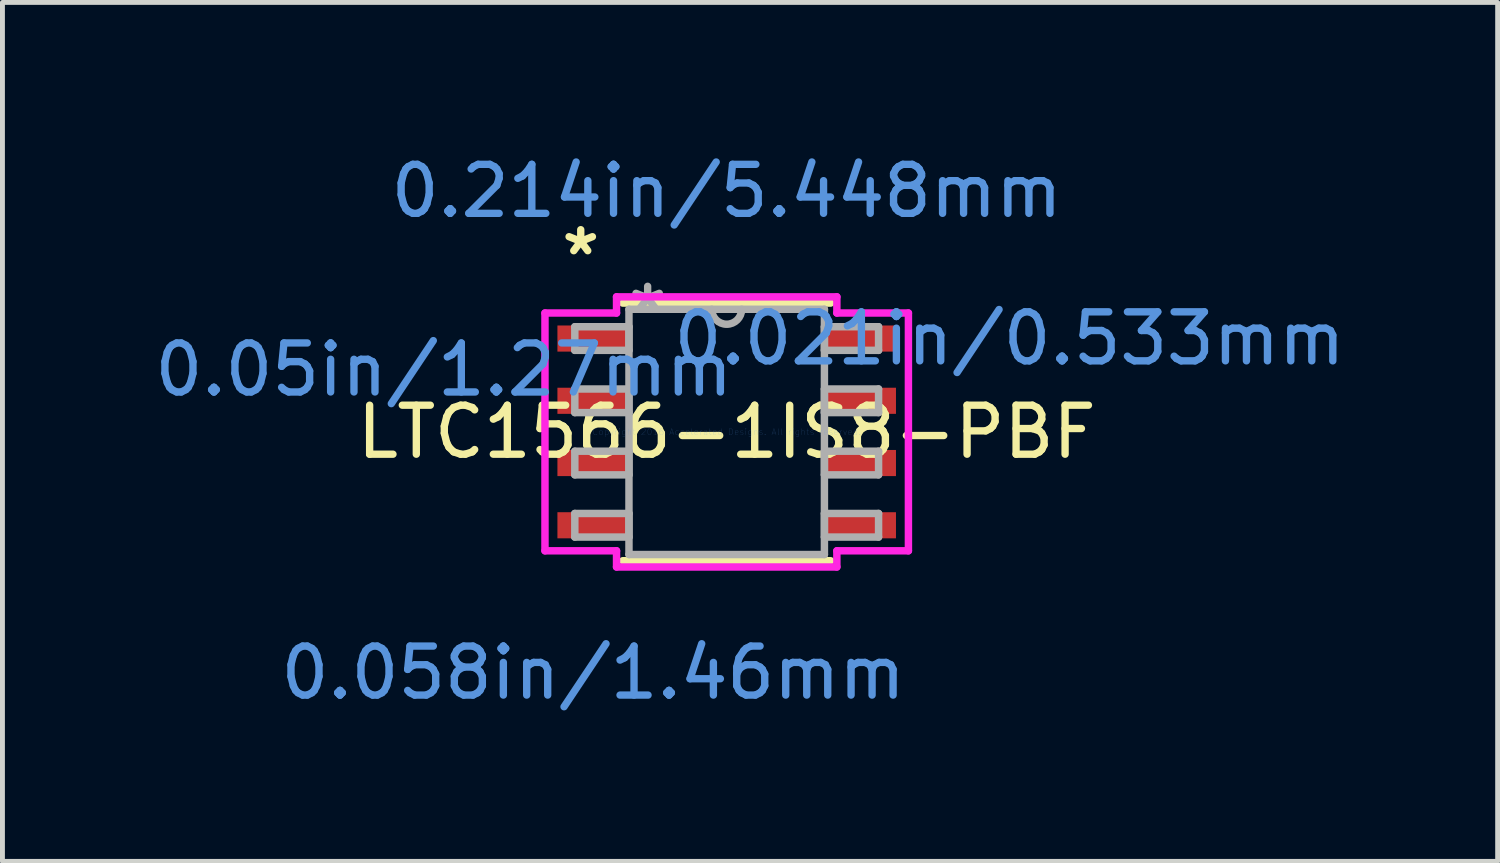
<source format=kicad_pcb>
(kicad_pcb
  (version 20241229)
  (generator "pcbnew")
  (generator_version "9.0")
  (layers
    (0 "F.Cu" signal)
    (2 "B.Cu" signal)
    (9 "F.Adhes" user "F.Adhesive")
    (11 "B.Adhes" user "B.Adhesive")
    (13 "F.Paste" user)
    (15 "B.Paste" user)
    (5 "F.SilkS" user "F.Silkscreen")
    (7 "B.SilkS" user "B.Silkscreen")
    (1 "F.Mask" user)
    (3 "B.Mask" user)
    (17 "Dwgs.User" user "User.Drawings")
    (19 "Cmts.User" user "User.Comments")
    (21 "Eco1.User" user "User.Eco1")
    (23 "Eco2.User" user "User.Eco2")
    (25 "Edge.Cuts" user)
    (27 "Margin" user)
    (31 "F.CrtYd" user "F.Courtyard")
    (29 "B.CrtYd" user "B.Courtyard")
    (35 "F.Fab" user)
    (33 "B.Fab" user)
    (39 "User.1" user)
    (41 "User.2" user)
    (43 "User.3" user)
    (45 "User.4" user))
  (footprint "LTC1566-1IS8-PBF"
    (layer "F.Cu")
    (at 11.778 5.763)
    (property "Reference" "LTC1566-1IS8-PBF" (at 0 0 0) (layer "F.SilkS") (effects (font (size 1 1) (thickness 0.15))))
    (attr through_hole)
    (fp_line (start -2.121 2.629) (end 2.121 2.629) (stroke (width 0.152) (type solid)) (layer "F.SilkS"))
    (fp_line (start 2.121 -2.629) (end -2.121 -2.629) (stroke (width 0.152) (type solid)) (layer "F.SilkS"))
    (fp_line (start -3.708 -2.426) (end -2.248 -2.426) (stroke (width 0.152) (type solid)) (layer "F.CrtYd"))
    (fp_line (start -3.708 2.426) (end -3.708 -2.426) (stroke (width 0.152) (type solid)) (layer "F.CrtYd"))
    (fp_line (start -3.708 2.426) (end -2.248 2.426) (stroke (width 0.152) (type solid)) (layer "F.CrtYd"))
    (fp_line (start -2.248 -2.756) (end 2.248 -2.756) (stroke (width 0.152) (type solid)) (layer "F.CrtYd"))
    (fp_line (start -2.248 -2.426) (end -2.248 -2.756) (stroke (width 0.152) (type solid)) (layer "F.CrtYd"))
    (fp_line (start -2.248 2.756) (end -2.248 2.426) (stroke (width 0.152) (type solid)) (layer "F.CrtYd"))
    (fp_line (start 2.248 -2.756) (end 2.248 -2.426) (stroke (width 0.152) (type solid)) (layer "F.CrtYd"))
    (fp_line (start 2.248 2.426) (end 2.248 2.756) (stroke (width 0.152) (type solid)) (layer "F.CrtYd"))
    (fp_line (start 2.248 2.756) (end -2.248 2.756) (stroke (width 0.152) (type solid)) (layer "F.CrtYd"))
    (fp_line (start 3.708 -2.426) (end 2.248 -2.426) (stroke (width 0.152) (type solid)) (layer "F.CrtYd"))
    (fp_line (start 3.708 -2.426) (end 3.708 2.426) (stroke (width 0.152) (type solid)) (layer "F.CrtYd"))
    (fp_line (start 3.708 2.426) (end 2.248 2.426) (stroke (width 0.152) (type solid)) (layer "F.CrtYd"))
    (fp_line (start -3.099 -2.146) (end -3.099 -1.664) (stroke (width 0.152) (type solid)) (layer "F.Fab"))
    (fp_line (start -3.099 -1.664) (end -1.994 -1.664) (stroke (width 0.152) (type solid)) (layer "F.Fab"))
    (fp_line (start -3.099 -0.876) (end -3.099 -0.394) (stroke (width 0.152) (type solid)) (layer "F.Fab"))
    (fp_line (start -3.099 -0.394) (end -1.994 -0.394) (stroke (width 0.152) (type solid)) (layer "F.Fab"))
    (fp_line (start -3.099 0.394) (end -3.099 0.876) (stroke (width 0.152) (type solid)) (layer "F.Fab"))
    (fp_line (start -3.099 0.876) (end -1.994 0.876) (stroke (width 0.152) (type solid)) (layer "F.Fab"))
    (fp_line (start -3.099 1.664) (end -3.099 2.146) (stroke (width 0.152) (type solid)) (layer "F.Fab"))
    (fp_line (start -3.099 2.146) (end -1.994 2.146) (stroke (width 0.152) (type solid)) (layer "F.Fab"))
    (fp_line (start -1.994 -2.502) (end -1.994 2.502) (stroke (width 0.152) (type solid)) (layer "F.Fab"))
    (fp_line (start -1.994 -2.146) (end -3.099 -2.146) (stroke (width 0.152) (type solid)) (layer "F.Fab"))
    (fp_line (start -1.994 -1.664) (end -1.994 -2.146) (stroke (width 0.152) (type solid)) (layer "F.Fab"))
    (fp_line (start -1.994 -0.876) (end -3.099 -0.876) (stroke (width 0.152) (type solid)) (layer "F.Fab"))
    (fp_line (start -1.994 -0.394) (end -1.994 -0.876) (stroke (width 0.152) (type solid)) (layer "F.Fab"))
    (fp_line (start -1.994 0.394) (end -3.099 0.394) (stroke (width 0.152) (type solid)) (layer "F.Fab"))
    (fp_line (start -1.994 0.876) (end -1.994 0.394) (stroke (width 0.152) (type solid)) (layer "F.Fab"))
    (fp_line (start -1.994 1.664) (end -3.099 1.664) (stroke (width 0.152) (type solid)) (layer "F.Fab"))
    (fp_line (start -1.994 2.146) (end -1.994 1.664) (stroke (width 0.152) (type solid)) (layer "F.Fab"))
    (fp_line (start -1.994 2.502) (end 1.994 2.502) (stroke (width 0.152) (type solid)) (layer "F.Fab"))
    (fp_line (start 1.994 -2.502) (end -1.994 -2.502) (stroke (width 0.152) (type solid)) (layer "F.Fab"))
    (fp_line (start 1.994 -2.146) (end 1.994 -1.664) (stroke (width 0.152) (type solid)) (layer "F.Fab"))
    (fp_line (start 1.994 -1.664) (end 3.099 -1.664) (stroke (width 0.152) (type solid)) (layer "F.Fab"))
    (fp_line (start 1.994 -0.876) (end 1.994 -0.394) (stroke (width 0.152) (type solid)) (layer "F.Fab"))
    (fp_line (start 1.994 -0.394) (end 3.099 -0.394) (stroke (width 0.152) (type solid)) (layer "F.Fab"))
    (fp_line (start 1.994 0.394) (end 1.994 0.876) (stroke (width 0.152) (type solid)) (layer "F.Fab"))
    (fp_line (start 1.994 0.876) (end 3.099 0.876) (stroke (width 0.152) (type solid)) (layer "F.Fab"))
    (fp_line (start 1.994 1.664) (end 1.994 2.146) (stroke (width 0.152) (type solid)) (layer "F.Fab"))
    (fp_line (start 1.994 2.146) (end 3.099 2.146) (stroke (width 0.152) (type solid)) (layer "F.Fab"))
    (fp_line (start 1.994 2.502) (end 1.994 -2.502) (stroke (width 0.152) (type solid)) (layer "F.Fab"))
    (fp_line (start 3.099 -2.146) (end 1.994 -2.146) (stroke (width 0.152) (type solid)) (layer "F.Fab"))
    (fp_line (start 3.099 -1.664) (end 3.099 -2.146) (stroke (width 0.152) (type solid)) (layer "F.Fab"))
    (fp_line (start 3.099 -0.876) (end 1.994 -0.876) (stroke (width 0.152) (type solid)) (layer "F.Fab"))
    (fp_line (start 3.099 -0.394) (end 3.099 -0.876) (stroke (width 0.152) (type solid)) (layer "F.Fab"))
    (fp_line (start 3.099 0.394) (end 1.994 0.394) (stroke (width 0.152) (type solid)) (layer "F.Fab"))
    (fp_line (start 3.099 0.876) (end 3.099 0.394) (stroke (width 0.152) (type solid)) (layer "F.Fab"))
    (fp_line (start 3.099 1.664) (end 1.994 1.664) (stroke (width 0.152) (type solid)) (layer "F.Fab"))
    (fp_line (start 3.099 2.146) (end 3.099 1.664) (stroke (width 0.152) (type solid)) (layer "F.Fab"))
    (fp_arc (start 0.3048 -2.5019) (mid 0 -2.1971) (end -0.3048 -2.5019) (stroke (width 0.1524) (type solid)) (layer "F.Fab"))
    (fp_text user "*" (at -2.978 -3.581 0) (layer "F.SilkS") (effects (font (size 1 1) (thickness 0.15))))
    (fp_text user "Copyright 2016 Accelerated Designs. All rights reserved." (at 0 0 0) (layer "Cmts.User") (effects (font (size 0.127 0.127) (thickness 0.002))))
    (fp_text user "0.021in/0.533mm" (at 5.772 -1.905 0) (layer "Cmts.User") (effects (font (size 1 1) (thickness 0.15))))
    (fp_text user "0.058in/1.46mm" (at -2.724 4.915 0) (layer "Cmts.User") (effects (font (size 1 1) (thickness 0.15))))
    (fp_text user "0.214in/5.448mm" (at 0 -4.915 0) (layer "Cmts.User") (effects (font (size 1 1) (thickness 0.15))))
    (fp_text user "0.05in/1.27mm" (at -5.772 -1.27 0) (layer "Cmts.User") (effects (font (size 1 1) (thickness 0.15))))
    (fp_text user "*" (at -1.613 -2.426 0) (layer "F.Fab") (effects (font (size 1 1) (thickness 0.15))))
    (pad "1" smd rect (at -2.724 -1.905) (size 1.46 0.533) (layers "F.Cu" "F.Mask" "F.Paste"))
    (pad "2" smd rect (at -2.724 -0.635) (size 1.46 0.533) (layers "F.Cu" "F.Mask" "F.Paste"))
    (pad "3" smd rect (at -2.724 0.635) (size 1.46 0.533) (layers "F.Cu" "F.Mask" "F.Paste"))
    (pad "4" smd rect (at -2.724 1.905) (size 1.46 0.533) (layers "F.Cu" "F.Mask" "F.Paste"))
    (pad "5" smd rect (at 2.724 1.905) (size 1.46 0.533) (layers "F.Cu" "F.Mask" "F.Paste"))
    (pad "6" smd rect (at 2.724 0.635) (size 1.46 0.533) (layers "F.Cu" "F.Mask" "F.Paste"))
    (pad "7" smd rect (at 2.724 -0.635) (size 1.46 0.533) (layers "F.Cu" "F.Mask" "F.Paste"))
    (pad "8" smd rect (at 2.724 -1.905) (size 1.46 0.533) (layers "F.Cu" "F.Mask" "F.Paste")))
  (gr_rect
    (start -3 -3)
    (end 27.509 14.526)
    (stroke (width 0.1) (type default))
    (fill no)
    (layer "Edge.Cuts")))
</source>
